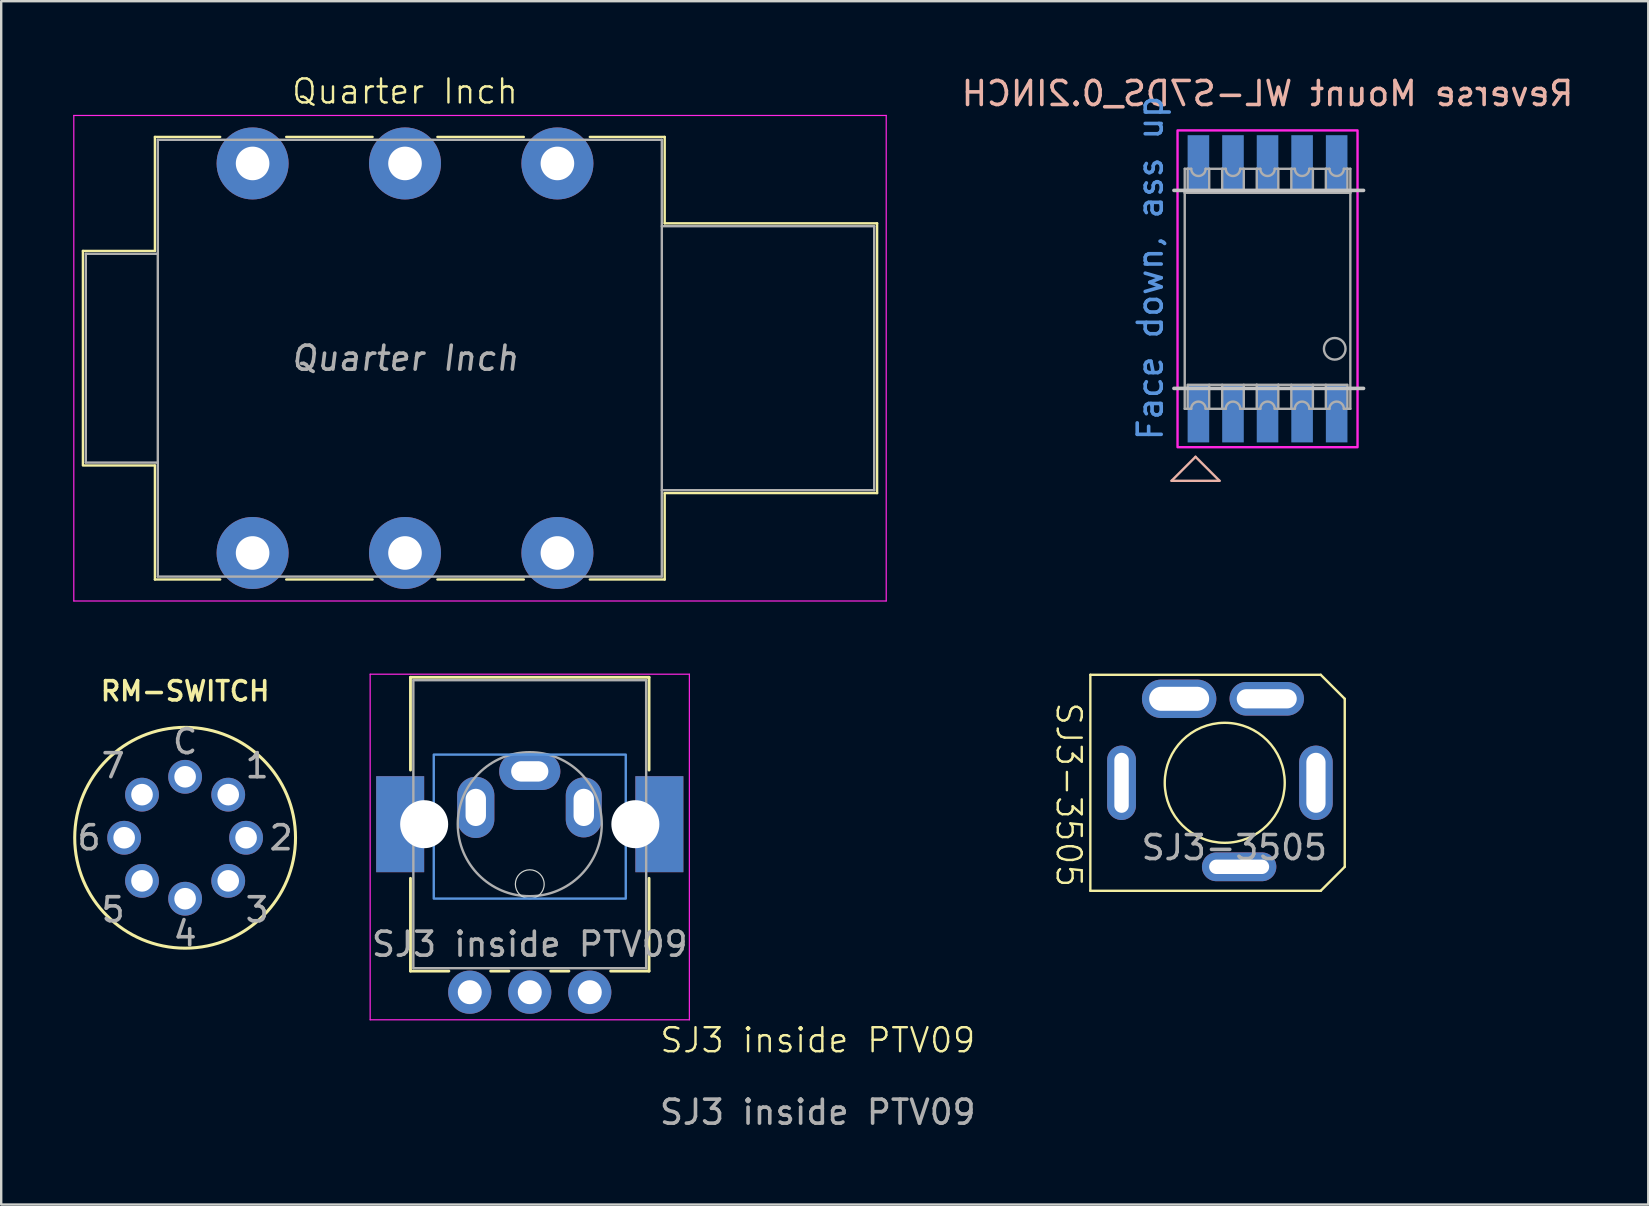
<source format=kicad_pcb>
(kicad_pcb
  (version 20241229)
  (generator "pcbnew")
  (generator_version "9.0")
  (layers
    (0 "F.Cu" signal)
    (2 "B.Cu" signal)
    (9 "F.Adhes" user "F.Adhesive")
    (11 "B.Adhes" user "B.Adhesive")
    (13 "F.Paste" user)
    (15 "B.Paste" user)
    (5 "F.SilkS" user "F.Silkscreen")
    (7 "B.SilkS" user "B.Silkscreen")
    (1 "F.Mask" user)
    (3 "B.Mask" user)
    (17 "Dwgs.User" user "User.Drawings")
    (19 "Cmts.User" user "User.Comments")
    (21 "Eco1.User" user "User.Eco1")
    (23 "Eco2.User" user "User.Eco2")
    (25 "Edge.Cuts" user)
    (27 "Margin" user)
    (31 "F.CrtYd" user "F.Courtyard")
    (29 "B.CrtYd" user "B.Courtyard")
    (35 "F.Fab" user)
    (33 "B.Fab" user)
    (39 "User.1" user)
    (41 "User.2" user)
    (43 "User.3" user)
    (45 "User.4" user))
  (footprint "RM-SWITCH"
    (layer "F.Cu")
    (at 4.663 31.856)
    (property "Reference" "RM-SWITCH" (at 0 -6.109 0) (layer "F.SilkS") (effects (font (size 0.8 0.8) (thickness 0.15))))
    (attr through_hole)
    (fp_circle (center 0 0) (end 4.6 0) (stroke (width 0.127) (type solid)) (fill no) (layer "F.SilkS"))
    (fp_text user "1" (at 3 -3 0) (layer "F.Fab") (effects (font (size 1 1) (thickness 0.15))))
    (fp_text user "5" (at -3.001 3.001 0) (layer "F.Fab") (effects (font (size 1 1) (thickness 0.15))))
    (fp_text user "6" (at -4.004 0 0) (layer "F.Fab") (effects (font (size 1.001 1.001) (thickness 0.15))))
    (fp_text user "7" (at -3 -3 0) (layer "F.Fab") (effects (font (size 1 1) (thickness 0.15))))
    (fp_text user "C" (at 0 -4.004 0) (layer "F.Fab") (effects (font (size 1.001 1.001) (thickness 0.15))))
    (fp_text user "3" (at 3.002 3.002 0) (layer "F.Fab") (effects (font (size 1.001 1.001) (thickness 0.15))))
    (fp_text user "2" (at 4.001 0 0) (layer "F.Fab") (effects (font (size 1 1) (thickness 0.15))))
    (fp_text user "4" (at 0 4.003 0) (layer "F.Fab") (effects (font (size 1.001 1.001) (thickness 0.15))))
    (pad "1" thru_hole circle (at 1.796 -1.796) (size 1.408 1.408) (drill 0.9) (layers "*.Cu" "*.Mask"))
    (pad "2" thru_hole circle (at 2.54 0) (size 1.408 1.408) (drill 0.9) (layers "*.Cu" "*.Mask"))
    (pad "3" thru_hole circle (at 1.796 1.796) (size 1.408 1.408) (drill 0.9) (layers "*.Cu" "*.Mask"))
    (pad "4" thru_hole circle (at 0 2.54) (size 1.408 1.408) (drill 0.9) (layers "*.Cu" "*.Mask"))
    (pad "5" thru_hole circle (at -1.796 1.796) (size 1.408 1.408) (drill 0.9) (layers "*.Cu" "*.Mask"))
    (pad "6" thru_hole circle (at -2.54 0) (size 1.408 1.408) (drill 0.9) (layers "*.Cu" "*.Mask"))
    (pad "7" thru_hole circle (at -1.796 -1.796) (size 1.408 1.408) (drill 0.9) (layers "*.Cu" "*.Mask"))
    (pad "8" thru_hole circle (at 0 -2.54) (size 1.408 1.408) (drill 0.9) (layers "*.Cu" "*.Mask")))
  (footprint "SJ3 inside PTV09"
    (layer "F.Cu")
    (at 31.023 40.791)
    (property "Reference" "SJ3 inside PTV09" (at 0 -0.5 0) (unlocked yes) (layer "F.SilkS") (effects (font (size 1 1) (thickness 0.1))))
    (attr through_hole)
    (fp_line (start -16.97 -15.62) (end -7.03 -15.62) (stroke (width 0.12) (type solid)) (layer "F.SilkS"))
    (fp_line (start -16.97 -11.755) (end -16.97 -15.62) (stroke (width 0.12) (type solid)) (layer "F.SilkS"))
    (fp_line (start -16.97 -3.38) (end -16.97 -7.245) (stroke (width 0.12) (type solid)) (layer "F.SilkS"))
    (fp_line (start -16.97 -3.38) (end -15.371 -3.38) (stroke (width 0.12) (type solid)) (layer "F.SilkS"))
    (fp_line (start -13.629 -3.38) (end -12.87 -3.38) (stroke (width 0.12) (type solid)) (layer "F.SilkS"))
    (fp_line (start -11.129 -3.38) (end -10.37 -3.38) (stroke (width 0.12) (type solid)) (layer "F.SilkS"))
    (fp_line (start -8.63 -3.38) (end -7.03 -3.38) (stroke (width 0.12) (type solid)) (layer "F.SilkS"))
    (fp_line (start -7.03 -11.755) (end -7.03 -15.62) (stroke (width 0.12) (type solid)) (layer "F.SilkS"))
    (fp_line (start -7.03 -3.38) (end -7.03 -7.245) (stroke (width 0.12) (type solid)) (layer "F.SilkS"))
    (fp_rect (start -16 -12.4) (end -8 -6.4) (stroke (width 0.1) (type default)) (fill no) (layer "Cmts.User"))
    (fp_circle (center -12 -7) (end -12 -7.6) (stroke (width 0.05) (type default)) (fill no) (layer "Edge.Cuts"))
    (fp_line (start -18.65 -15.75) (end -18.65 -1.35) (stroke (width 0.05) (type solid)) (layer "F.CrtYd"))
    (fp_line (start -18.65 -1.35) (end -5.35 -1.35) (stroke (width 0.05) (type solid)) (layer "F.CrtYd"))
    (fp_line (start -5.35 -15.75) (end -18.65 -15.75) (stroke (width 0.05) (type solid)) (layer "F.CrtYd"))
    (fp_line (start -5.35 -1.35) (end -5.35 -15.75) (stroke (width 0.05) (type solid)) (layer "F.CrtYd"))
    (fp_line (start -16.85 -15.5) (end -16.85 -3.5) (stroke (width 0.1) (type solid)) (layer "F.Fab"))
    (fp_line (start -16.85 -3.5) (end -7.15 -3.5) (stroke (width 0.1) (type solid)) (layer "F.Fab"))
    (fp_line (start -7.15 -15.5) (end -16.85 -15.5) (stroke (width 0.1) (type solid)) (layer "F.Fab"))
    (fp_line (start -7.15 -3.5) (end -7.15 -15.5) (stroke (width 0.1) (type solid)) (layer "F.Fab"))
    (fp_circle (center -12 -9.5) (end -12 -12.5) (stroke (width 0.1) (type solid)) (fill no) (layer "F.Fab"))
    (fp_text user "${REFERENCE}" (at -12 -4.5 180) (layer "F.Fab") (effects (font (size 1 1) (thickness 0.15))))
    (fp_text user "${REFERENCE}" (at 0 2.5 0) (unlocked yes) (layer "F.Fab") (effects (font (size 1 1) (thickness 0.15))))
    (pad "" np_thru_hole custom (at -16.4 -9.5) (size 2 4) (drill 2.2 (offset -1 0)) (layers "*.Cu" "*.Mask") (options (anchor rect)) (primitives))
    (pad "" np_thru_hole custom (at -7.6 -9.5) (size 2 4) (drill 2.2 (offset 1 0)) (layers "*.Cu" "*.Mask") (options (anchor rect)) (primitives))
    (pad "A1" thru_hole oval (at -14.25 -10.2 180) (size 1.55 2.55) (drill oval 0.85 1.55) (layers "*.Cu" "*.Mask"))
    (pad "A2" thru_hole oval (at -9.75 -10.2 180) (size 1.5 2.5) (drill oval 0.85 1.55) (layers "*.Cu" "*.Mask"))
    (pad "A3" thru_hole oval (at -12 -11.7 90) (size 1.55 2.55) (drill oval 0.85 1.55) (layers "*.Cu" "*.Mask"))
    (pad "B1" thru_hole circle (at -9.5 -2.5 90) (size 1.8 1.8) (drill 1) (layers "*.Cu" "*.Mask"))
    (pad "B2" thru_hole circle (at -12 -2.5 90) (size 1.8 1.8) (drill 1) (layers "*.Cu" "*.Mask"))
    (pad "B3" thru_hole circle (at -14.5 -2.5 90) (size 1.8 1.8) (drill 1) (layers "*.Cu" "*.Mask")))
  (footprint "SJ3-3505"
    (layer "F.Cu")
    (at 47.98 29.566)
    (property "Reference" "SJ3-3505" (at -6.5 0.5 270) (unlocked yes) (layer "F.SilkS") (effects (font (size 1 1) (thickness 0.1))))
    (attr through_hole)
    (fp_line (start -5.6 4.5) (end -5.6 -4.5) (stroke (width 0.1) (type default)) (layer "F.SilkS"))
    (fp_line (start 4 -4.5) (end -5.6 -4.5) (stroke (width 0.1) (type default)) (layer "F.SilkS"))
    (fp_line (start 4 4.5) (end -5.6 4.5) (stroke (width 0.1) (type default)) (layer "F.SilkS"))
    (fp_line (start 5 -3.5) (end 4 -4.5) (stroke (width 0.1) (type default)) (layer "F.SilkS"))
    (fp_line (start 5 3.5) (end 4 4.5) (stroke (width 0.1) (type default)) (layer "F.SilkS"))
    (fp_line (start 5 3.5) (end 5 -3.5) (stroke (width 0.1) (type default)) (layer "F.SilkS"))
    (fp_circle (center 0 0) (end 0 -2.5) (stroke (width 0.1) (type default)) (fill no) (layer "F.SilkS"))
    (fp_text user "${REFERENCE}" (at 0.4 2.7 0) (unlocked yes) (layer "F.Fab") (effects (font (size 1 1) (thickness 0.15))))
    (pad "R" thru_hole oval (at 3.8 0 90) (size 3.1 1.4) (drill oval 2.5 0.8) (layers "*.Cu"))
    (pad "RN" thru_hole oval (at 1.75 -3.5 180) (size 3.1 1.4) (drill oval 2.5 0.8) (layers "*.Cu"))
    (pad "S" thru_hole oval (at 0.6 3.5) (size 3.1 1.2) (drill oval 2.5 0.6) (layers "*.Cu"))
    (pad "T" thru_hole oval (at -4.3 0 90) (size 3.1 1.2) (drill oval 2.5 0.6) (layers "*.Cu"))
    (pad "TN" thru_hole oval (at -1.9 -3.5 180) (size 3.1 1.6) (drill oval 2.5 1) (layers "*.Cu")))
  (footprint "Quarter Inch"
    (layer "F.Cu")
    (at 7.475 3.76)
    (property "Reference" "Quarter Inch" (at 6.35 -3 180) (layer "F.SilkS") (effects (font (size 1 1) (thickness 0.1))))
    (attr through_hole)
    (fp_line (start -7.07 3.645) (end -4.07 3.645) (stroke (width 0.1) (type solid)) (layer "F.SilkS"))
    (fp_line (start -7.07 12.545) (end -7.07 3.645) (stroke (width 0.1) (type solid)) (layer "F.SilkS"))
    (fp_line (start -7.07 12.585) (end -4.07 12.585) (stroke (width 0.1) (type solid)) (layer "F.SilkS"))
    (fp_line (start -4.07 -1.105) (end -1.35 -1.105) (stroke (width 0.1) (type solid)) (layer "F.SilkS"))
    (fp_line (start -4.07 17.335) (end -4.07 12.585) (stroke (width 0.1) (type solid)) (layer "F.SilkS"))
    (fp_line (start -4.07 3.645) (end -4.07 -1.105) (stroke (width 0.1) (type solid)) (layer "F.SilkS"))
    (fp_line (start -1.35 17.335) (end -4.07 17.335) (stroke (width 0.1) (type solid)) (layer "F.SilkS"))
    (fp_line (start 1.4 -1.105) (end 5 -1.105) (stroke (width 0.1) (type solid)) (layer "F.SilkS"))
    (fp_line (start 5 17.335) (end 1.4 17.335) (stroke (width 0.1) (type solid)) (layer "F.SilkS"))
    (fp_line (start 7.7 -1.105) (end 11.3 -1.105) (stroke (width 0.1) (type solid)) (layer "F.SilkS"))
    (fp_line (start 11.3 17.335) (end 7.7 17.335) (stroke (width 0.1) (type solid)) (layer "F.SilkS"))
    (fp_line (start 17.17 -1.105) (end 14.05 -1.105) (stroke (width 0.1) (type solid)) (layer "F.SilkS"))
    (fp_line (start 17.17 17.335) (end 14.05 17.335) (stroke (width 0.1) (type solid)) (layer "F.SilkS"))
    (fp_line (start 17.17 17.335) (end 17.17 13.735) (stroke (width 0.1) (type solid)) (layer "F.SilkS"))
    (fp_line (start 17.17 2.495) (end 17.17 -1.105) (stroke (width 0.1) (type solid)) (layer "F.SilkS"))
    (fp_line (start 17.17 2.495) (end 26.02 2.495) (stroke (width 0.1) (type solid)) (layer "F.SilkS"))
    (fp_line (start 17.17 13.735) (end 26.02 13.735) (stroke (width 0.1) (type solid)) (layer "F.SilkS"))
    (fp_line (start 26.02 13.735) (end 26.02 2.495) (stroke (width 0.1) (type solid)) (layer "F.SilkS"))
    (fp_line (start -7.45 18.23) (end -7.45 -2) (stroke (width 0.05) (type solid)) (layer "F.CrtYd"))
    (fp_line (start -7.45 18.23) (end 26.4 18.23) (stroke (width 0.05) (type solid)) (layer "F.CrtYd"))
    (fp_line (start 26.4 -2) (end -7.45 -2) (stroke (width 0.05) (type solid)) (layer "F.CrtYd"))
    (fp_line (start 26.4 18.23) (end 26.4 -2) (stroke (width 0.05) (type solid)) (layer "F.CrtYd"))
    (fp_line (start -6.95 3.765) (end -3.95 3.765) (stroke (width 0.1) (type solid)) (layer "F.Fab"))
    (fp_line (start -6.95 12.465) (end -6.95 3.765) (stroke (width 0.1) (type solid)) (layer "F.Fab"))
    (fp_line (start -6.95 12.465) (end -3.95 12.465) (stroke (width 0.1) (type solid)) (layer "F.Fab"))
    (fp_line (start -3.95 17.215) (end -3.95 -0.985) (stroke (width 0.1) (type solid)) (layer "F.Fab"))
    (fp_line (start 17.05 -0.985) (end -3.95 -0.985) (stroke (width 0.1) (type solid)) (layer "F.Fab"))
    (fp_line (start 17.05 17.215) (end -3.95 17.215) (stroke (width 0.1) (type solid)) (layer "F.Fab"))
    (fp_line (start 17.05 17.215) (end 17.05 -0.985) (stroke (width 0.1) (type solid)) (layer "F.Fab"))
    (fp_line (start 25.9 2.615) (end 17.05 2.615) (stroke (width 0.1) (type solid)) (layer "F.Fab"))
    (fp_line (start 25.9 13.615) (end 17.05 13.615) (stroke (width 0.1) (type solid)) (layer "F.Fab"))
    (fp_line (start 25.9 13.615) (end 25.9 2.615) (stroke (width 0.1) (type solid)) (layer "F.Fab"))
    (fp_text user "${REFERENCE}" (at 6.35 8.115 0) (unlocked yes) (layer "F.Fab") (effects (font (size 1 1) (thickness 0.15) (italic yes))))
    (pad "R" thru_hole circle (at 6.35 0) (size 3 3) (drill 1.4) (layers "*.Cu" "*.Mask"))
    (pad "RN" thru_hole circle (at 6.35 16.23) (size 3 3) (drill 1.4) (layers "*.Cu" "*.Mask"))
    (pad "S" thru_hole circle (at 12.7 0) (size 3 3) (drill 1.4) (layers "*.Cu" "*.Mask"))
    (pad "SN" thru_hole circle (at 12.7 16.23) (size 3 3) (drill 1.4) (layers "*.Cu" "*.Mask"))
    (pad "T" thru_hole circle (at 0 0) (size 3 3) (drill 1.4) (layers "*.Cu" "*.Mask"))
    (pad "TN" thru_hole circle (at 0 16.23) (size 3 3) (drill 1.4) (layers "*.Cu" "*.Mask")))
  (footprint "Reverse Mount WL-S7DS_0.2INCH"
    (layer "F.Cu")
    (at 49.763 8.983)
    (property "Reference" "Reverse Mount WL-S7DS_0.2INCH" (at 0 -8.135 0) (layer "B.SilkS") (effects (font (size 1 1) (thickness 0.15)) (justify mirror)))
    (attr smd)
    (fp_line (start -4 8) (end -2 8) (stroke (width 0.1) (type default)) (layer "B.SilkS"))
    (fp_line (start -3 7) (end -4 8) (stroke (width 0.1) (type default)) (layer "B.SilkS"))
    (fp_line (start -2 8) (end -3 7) (stroke (width 0.1) (type default)) (layer "B.SilkS"))
    (fp_line (start -3.9 4.15) (end 4 4.15) (stroke (width 0.15) (type default)) (layer "Dwgs.User"))
    (fp_line (start 4 -4.1) (end -3.9 -4.1) (stroke (width 0.15) (type default)) (layer "Dwgs.User"))
    (fp_poly (pts (xy 3.75 6.6) (xy -3.75 6.6) (xy -3.75 -6.6) (xy 3.75 -6.6)) (stroke (width 0.1) (type solid)) (fill no) (layer "F.CrtYd"))
    (fp_line (start -3.45 -5) (end -3.3 -5) (stroke (width 0.1) (type solid)) (layer "F.Fab"))
    (fp_line (start -3.45 -4) (end -3.45 -5) (stroke (width 0.1) (type solid)) (layer "F.Fab"))
    (fp_line (start -3.45 5) (end -3.45 -4) (stroke (width 0.1) (type solid)) (layer "F.Fab"))
    (fp_line (start -3.33 -5) (end -3.18 -5) (stroke (width 0.1) (type solid)) (layer "F.Fab"))
    (fp_line (start -3.33 -4) (end -3.33 -5) (stroke (width 0.1) (type solid)) (layer "F.Fab"))
    (fp_line (start -3.33 5) (end -3.45 5) (stroke (width 0.1) (type solid)) (layer "F.Fab"))
    (fp_line (start -3.33 5) (end -3.33 4) (stroke (width 0.1) (type solid)) (layer "F.Fab"))
    (fp_line (start -3.3 4) (end -0.45 4) (stroke (width 0.1) (type solid)) (layer "F.Fab"))
    (fp_line (start -3.18 5) (end -3.33 5) (stroke (width 0.1) (type solid)) (layer "F.Fab"))
    (fp_line (start -2.58 -5) (end -2.43 -5) (stroke (width 0.1) (type solid)) (layer "F.Fab"))
    (fp_line (start -2.43 -5) (end -2.43 -4) (stroke (width 0.1) (type solid)) (layer "F.Fab"))
    (fp_line (start -2.43 -5) (end -1.89 -5) (stroke (width 0.1) (type solid)) (layer "F.Fab"))
    (fp_line (start -2.43 4) (end -2.43 5) (stroke (width 0.1) (type solid)) (layer "F.Fab"))
    (fp_line (start -2.43 5) (end -2.58 5) (stroke (width 0.1) (type solid)) (layer "F.Fab"))
    (fp_line (start -1.89 -5) (end -1.74 -5) (stroke (width 0.1) (type solid)) (layer "F.Fab"))
    (fp_line (start -1.89 -4) (end -1.89 -5) (stroke (width 0.1) (type solid)) (layer "F.Fab"))
    (fp_line (start -1.89 5) (end -2.43 5) (stroke (width 0.1) (type solid)) (layer "F.Fab"))
    (fp_line (start -1.89 5) (end -1.89 4) (stroke (width 0.1) (type solid)) (layer "F.Fab"))
    (fp_line (start -1.74 5) (end -1.89 5) (stroke (width 0.1) (type solid)) (layer "F.Fab"))
    (fp_line (start -1.14 -5) (end -0.99 -5) (stroke (width 0.1) (type solid)) (layer "F.Fab"))
    (fp_line (start -0.99 -5) (end -0.99 -4) (stroke (width 0.1) (type solid)) (layer "F.Fab"))
    (fp_line (start -0.99 -5) (end -0.45 -5) (stroke (width 0.1) (type solid)) (layer "F.Fab"))
    (fp_line (start -0.99 4) (end -0.99 5) (stroke (width 0.1) (type solid)) (layer "F.Fab"))
    (fp_line (start -0.99 5) (end -1.14 5) (stroke (width 0.1) (type solid)) (layer "F.Fab"))
    (fp_line (start -0.45 -5) (end -0.3 -5) (stroke (width 0.1) (type solid)) (layer "F.Fab"))
    (fp_line (start -0.45 -4) (end -3.45 -4) (stroke (width 0.1) (type solid)) (layer "F.Fab"))
    (fp_line (start -0.45 -4) (end -0.45 -5) (stroke (width 0.1) (type solid)) (layer "F.Fab"))
    (fp_line (start -0.45 -4) (end 0.45 -4) (stroke (width 0.1) (type solid)) (layer "F.Fab"))
    (fp_line (start -0.45 4) (end 0.45 4) (stroke (width 0.1) (type solid)) (layer "F.Fab"))
    (fp_line (start -0.45 5) (end -0.99 5) (stroke (width 0.1) (type solid)) (layer "F.Fab"))
    (fp_line (start -0.45 5) (end -0.45 4) (stroke (width 0.1) (type solid)) (layer "F.Fab"))
    (fp_line (start -0.3 5) (end -0.45 5) (stroke (width 0.1) (type solid)) (layer "F.Fab"))
    (fp_line (start 0.3 -5) (end 0.45 -5) (stroke (width 0.1) (type solid)) (layer "F.Fab"))
    (fp_line (start 0.45 -5) (end 0.45 -4) (stroke (width 0.1) (type solid)) (layer "F.Fab"))
    (fp_line (start 0.45 -5) (end 0.99 -5) (stroke (width 0.1) (type solid)) (layer "F.Fab"))
    (fp_line (start 0.45 -4) (end 3.45 -4) (stroke (width 0.1) (type solid)) (layer "F.Fab"))
    (fp_line (start 0.45 4) (end 0.45 5) (stroke (width 0.1) (type solid)) (layer "F.Fab"))
    (fp_line (start 0.45 4) (end 3.3 4) (stroke (width 0.1) (type solid)) (layer "F.Fab"))
    (fp_line (start 0.45 5) (end 0.3 5) (stroke (width 0.1) (type solid)) (layer "F.Fab"))
    (fp_line (start 0.99 -5) (end 1.14 -5) (stroke (width 0.1) (type solid)) (layer "F.Fab"))
    (fp_line (start 0.99 -4) (end 0.99 -5) (stroke (width 0.1) (type solid)) (layer "F.Fab"))
    (fp_line (start 0.99 5) (end 0.45 5) (stroke (width 0.1) (type solid)) (layer "F.Fab"))
    (fp_line (start 0.99 5) (end 0.99 4) (stroke (width 0.1) (type solid)) (layer "F.Fab"))
    (fp_line (start 1.14 5) (end 0.99 5) (stroke (width 0.1) (type solid)) (layer "F.Fab"))
    (fp_line (start 1.74 -5) (end 1.89 -5) (stroke (width 0.1) (type solid)) (layer "F.Fab"))
    (fp_line (start 1.89 -5) (end 1.89 -4) (stroke (width 0.1) (type solid)) (layer "F.Fab"))
    (fp_line (start 1.89 -5) (end 2.43 -5) (stroke (width 0.1) (type solid)) (layer "F.Fab"))
    (fp_line (start 1.89 4) (end 1.89 5) (stroke (width 0.1) (type solid)) (layer "F.Fab"))
    (fp_line (start 1.89 5) (end 1.74 5) (stroke (width 0.1) (type solid)) (layer "F.Fab"))
    (fp_line (start 2.43 -5) (end 2.58 -5) (stroke (width 0.1) (type solid)) (layer "F.Fab"))
    (fp_line (start 2.43 -4) (end 2.43 -5) (stroke (width 0.1) (type solid)) (layer "F.Fab"))
    (fp_line (start 2.43 5) (end 1.89 5) (stroke (width 0.1) (type solid)) (layer "F.Fab"))
    (fp_line (start 2.43 5) (end 2.43 4) (stroke (width 0.1) (type solid)) (layer "F.Fab"))
    (fp_line (start 2.58 5) (end 2.43 5) (stroke (width 0.1) (type solid)) (layer "F.Fab"))
    (fp_line (start 3.18 -5) (end 3.33 -5) (stroke (width 0.1) (type solid)) (layer "F.Fab"))
    (fp_line (start 3.3 -5) (end 3.45 -5) (stroke (width 0.1) (type solid)) (layer "F.Fab"))
    (fp_line (start 3.3 5) (end 3.18 5) (stroke (width 0.1) (type solid)) (layer "F.Fab"))
    (fp_line (start 3.33 -5) (end 3.33 -4) (stroke (width 0.1) (type solid)) (layer "F.Fab"))
    (fp_line (start 3.33 4) (end 3.33 5) (stroke (width 0.1) (type solid)) (layer "F.Fab"))
    (fp_line (start 3.33 5) (end 3.3 5) (stroke (width 0.1) (type solid)) (layer "F.Fab"))
    (fp_line (start 3.45 -5) (end 3.45 -4) (stroke (width 0.1) (type solid)) (layer "F.Fab"))
    (fp_line (start 3.45 -4) (end 3.45 5) (stroke (width 0.1) (type solid)) (layer "F.Fab"))
    (fp_line (start 3.45 5) (end 3.33 5) (stroke (width 0.1) (type solid)) (layer "F.Fab"))
    (fp_arc (start -3.18 5) (mid -2.88 4.7) (end -2.58 5) (stroke (width 0.1) (type solid)) (layer "F.Fab"))
    (fp_arc (start -2.58 -5) (mid -2.88 -4.7) (end -3.18 -5) (stroke (width 0.1) (type solid)) (layer "F.Fab"))
    (fp_arc (start -1.74 5) (mid -1.44 4.7) (end -1.14 5) (stroke (width 0.1) (type solid)) (layer "F.Fab"))
    (fp_arc (start -1.14 -5) (mid -1.44 -4.7) (end -1.74 -5) (stroke (width 0.1) (type solid)) (layer "F.Fab"))
    (fp_arc (start -0.3 5) (mid 0 4.7) (end 0.3 5) (stroke (width 0.1) (type solid)) (layer "F.Fab"))
    (fp_arc (start 0.3 -5) (mid 0 -4.7) (end -0.3 -5) (stroke (width 0.1) (type solid)) (layer "F.Fab"))
    (fp_arc (start 1.14 5) (mid 1.44 4.7) (end 1.74 5) (stroke (width 0.1) (type solid)) (layer "F.Fab"))
    (fp_arc (start 1.74 -5) (mid 1.44 -4.7) (end 1.14 -5) (stroke (width 0.1) (type solid)) (layer "F.Fab"))
    (fp_arc (start 2.58 5) (mid 2.88 4.7) (end 3.18 5) (stroke (width 0.1) (type solid)) (layer "F.Fab"))
    (fp_arc (start 3.18 -5) (mid 2.88 -4.7) (end 2.58 -5) (stroke (width 0.1) (type solid)) (layer "F.Fab"))
    (fp_circle (center 2.8 2.5) (end 3.25 2.5) (stroke (width 0.1) (type solid)) (fill no) (layer "F.Fab"))
    (fp_text user "Face down, ass up" (at -4.3 6.4 90) (unlocked yes) (layer "Cmts.User") (effects (font (size 1 1) (thickness 0.15)) (justify left bottom)))
    (pad "1" smd rect (at -2.88 5.2) (size 0.9 2.4) (layers "B.Cu" "B.Mask" "B.Paste"))
    (pad "2" smd rect (at -1.44 5.2) (size 0.9 2.4) (layers "B.Cu" "B.Mask" "B.Paste"))
    (pad "3" smd rect (at 0 5.2) (size 0.9 2.4) (layers "B.Cu" "B.Mask" "B.Paste"))
    (pad "4" smd rect (at 1.44 5.2) (size 0.9 2.4) (layers "B.Cu" "B.Mask" "B.Paste"))
    (pad "5" smd rect (at 2.88 5.2) (size 0.9 2.4) (layers "B.Cu" "B.Mask" "B.Paste"))
    (pad "6" smd rect (at 2.88 -5.2) (size 0.9 2.4) (layers "B.Cu" "B.Mask" "B.Paste"))
    (pad "7" smd rect (at 1.44 -5.2) (size 0.9 2.4) (layers "B.Cu" "B.Mask" "B.Paste"))
    (pad "8" smd rect (at 0 -5.2) (size 0.9 2.4) (layers "B.Cu" "B.Mask" "B.Paste"))
    (pad "9" smd rect (at -1.44 -5.2) (size 0.9 2.4) (layers "B.Cu" "B.Mask" "B.Paste"))
    (pad "10" smd rect (at -2.88 -5.2) (size 0.9 2.4) (layers "B.Cu" "B.Mask" "B.Paste")))
  (gr_rect
    (start -3 -3)
    (end 65.626 47.139)
    (stroke (width 0.1) (type default))
    (fill no)
    (layer "Edge.Cuts")))
</source>
